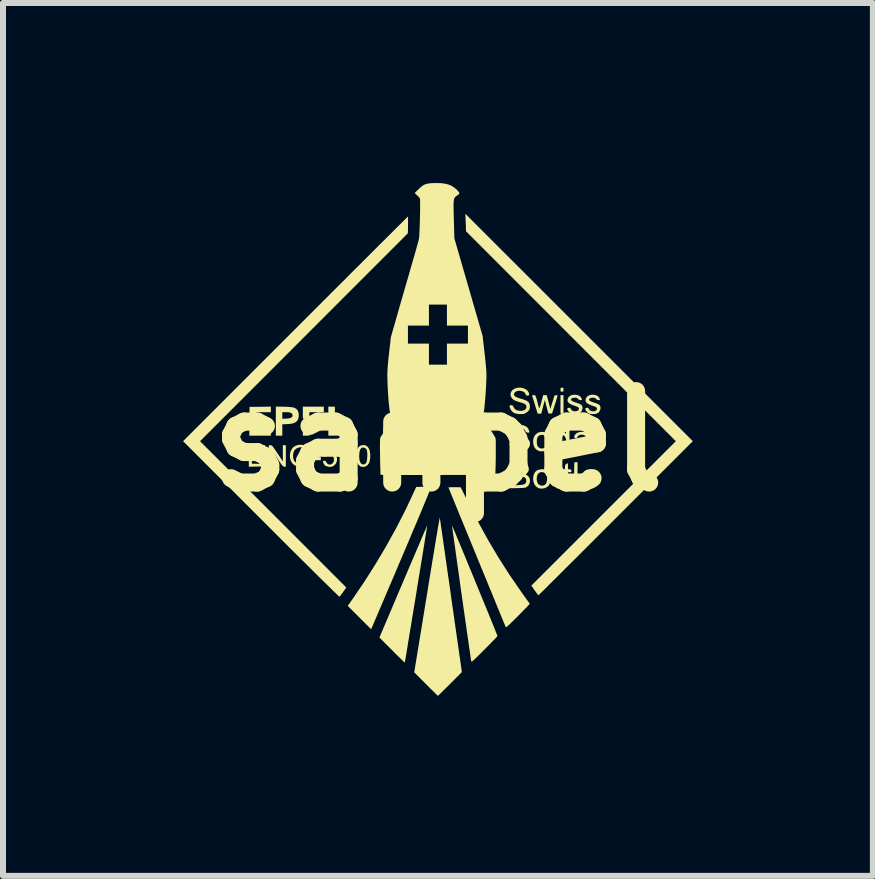
<source format=kicad_pcb>
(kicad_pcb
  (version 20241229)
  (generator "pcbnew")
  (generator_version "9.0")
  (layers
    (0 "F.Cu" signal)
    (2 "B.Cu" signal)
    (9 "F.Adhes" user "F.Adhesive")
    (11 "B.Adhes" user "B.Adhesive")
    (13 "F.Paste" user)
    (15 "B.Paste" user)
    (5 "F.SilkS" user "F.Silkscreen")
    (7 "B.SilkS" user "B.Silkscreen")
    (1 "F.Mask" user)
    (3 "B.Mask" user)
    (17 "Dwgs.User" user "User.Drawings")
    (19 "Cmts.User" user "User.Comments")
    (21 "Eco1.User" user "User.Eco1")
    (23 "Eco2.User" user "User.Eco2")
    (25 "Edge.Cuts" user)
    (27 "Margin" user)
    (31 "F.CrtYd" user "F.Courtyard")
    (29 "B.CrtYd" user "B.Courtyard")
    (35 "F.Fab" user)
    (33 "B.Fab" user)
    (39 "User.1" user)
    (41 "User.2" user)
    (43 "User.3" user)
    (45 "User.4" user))
  (footprint "sanpel"
    (layer "F.Cu")
    (at 4.247 4.301)
    (property "Reference" "sanpel" (at 0 0 0) (layer "F.SilkS") (effects (font (size 1.524 1.524) (thickness 0.3))))
    (attr board_only exclude_from_pos_files exclude_from_bom)
    (fp_poly (pts (xy -1.951 0.317) (xy -2.092 0.317) (xy -2.092 0.267) (xy -1.951 0.267)) (stroke (width 0) (type solid)) (fill yes) (layer "F.SilkS"))
    (fp_poly (pts (xy 0.233 1.388) (xy 0.229 1.392) (xy 0.225 1.388) (xy 0.229 1.384)) (stroke (width 0) (type solid)) (fill yes) (layer "F.SilkS"))
    (fp_poly (pts (xy 2.092 -0.458) (xy 2.042 -0.458) (xy 2.042 -0.767) (xy 2.092 -0.767)) (stroke (width 0) (type solid)) (fill yes) (layer "F.SilkS"))
    (fp_poly (pts (xy 2.326 0.784) (xy 2.267 0.784) (xy 2.272 0.354) (xy 2.326 0.349)) (stroke (width 0) (type solid)) (fill yes) (layer "F.SilkS"))
    (fp_poly (pts (xy -1.919 -0.331) (xy -1.921 -0.288) (xy -2.142 -0.283) (xy -2.142 -0.375) (xy -1.916 -0.375)) (stroke (width 0) (type solid)) (fill yes) (layer "F.SilkS"))
    (fp_poly (pts (xy -2.199 -0.29) (xy -2.147 -0.288) (xy -2.144 -0.19) (xy -2.142 -0.092) (xy -2.251 -0.092) (xy -2.251 -0.293)) (stroke (width 0) (type solid)) (fill yes) (layer "F.SilkS"))
    (fp_poly (pts (xy -1.901 -0.483) (xy -2.142 -0.483) (xy -2.142 -0.375) (xy -2.251 -0.375) (xy -2.251 -0.575) (xy -1.901 -0.575)) (stroke (width 0) (type solid)) (fill yes) (layer "F.SilkS"))
    (fp_poly (pts (xy -1.717 -0.183) (xy -1.475 -0.183) (xy -1.475 -0.092) (xy -1.826 -0.092) (xy -1.826 -0.575) (xy -1.717 -0.575)) (stroke (width 0) (type solid)) (fill yes) (layer "F.SilkS"))
    (fp_poly (pts (xy 2.083 -0.891) (xy 2.091 -0.884) (xy 2.092 -0.866) (xy 2.092 -0.859) (xy 2.091 -0.837) (xy 2.086 -0.828) (xy 2.073 -0.825) (xy 2.067 -0.825) (xy 2.051 -0.827) (xy 2.044 -0.834) (xy 2.042 -0.851) (xy 2.042 -0.859) (xy 2.043 -0.88) (xy 2.049 -0.889) (xy 2.062 -0.892) (xy 2.067 -0.892)) (stroke (width 0) (type solid)) (fill yes) (layer "F.SilkS"))
    (fp_poly (pts (xy -2.886 0.085) (xy -2.888 0.093) (xy -2.892 0.099) (xy -2.903 0.102) (xy -2.921 0.104) (xy -2.951 0.105) (xy -2.995 0.107) (xy -3.101 0.109) (xy -3.101 0.217) (xy -2.901 0.217) (xy -2.901 0.258) (xy -3.101 0.258) (xy -3.101 0.375) (xy -2.991 0.377) (xy -2.88 0.379) (xy -2.88 0.421) (xy -3.016 0.423) (xy -3.151 0.426) (xy -3.151 0.067) (xy -2.883 0.067)) (stroke (width 0) (type solid)) (fill yes) (layer "F.SilkS"))
    (fp_poly (pts (xy -2.784 -0.483) (xy -3.026 -0.483) (xy -3.026 -0.375) (xy -2.809 -0.375) (xy -2.809 -0.283) (xy -3.026 -0.283) (xy -3.026 -0.183) (xy -2.784 -0.183) (xy -2.784 -0.092) (xy -3.143 -0.092) (xy -3.141 -0.19) (xy -3.139 -0.288) (xy -3.086 -0.29) (xy -3.034 -0.293) (xy -3.034 -0.374) (xy -3.086 -0.377) (xy -3.139 -0.379) (xy -3.139 -0.571) (xy -2.961 -0.573) (xy -2.784 -0.576)) (stroke (width 0) (type solid)) (fill yes) (layer "F.SilkS"))
    (fp_poly (pts (xy -2.534 0.425) (xy -2.559 0.425) (xy -2.568 0.424) (xy -2.578 0.42) (xy -2.588 0.411) (xy -2.601 0.395) (xy -2.619 0.371) (xy -2.643 0.336) (xy -2.674 0.291) (xy -2.763 0.156) (xy -2.766 0.291) (xy -2.768 0.425) (xy -2.818 0.425) (xy -2.818 0.067) (xy -2.79 0.067) (xy -2.781 0.068) (xy -2.772 0.071) (xy -2.762 0.079) (xy -2.749 0.093) (xy -2.733 0.115) (xy -2.711 0.147) (xy -2.681 0.191) (xy -2.674 0.202) (xy -2.584 0.338) (xy -2.584 0.202) (xy -2.584 0.067) (xy -2.534 0.067)) (stroke (width 0) (type solid)) (fill yes) (layer "F.SilkS"))
    (fp_poly (pts (xy 4.247 -0.000007) (xy 2.963 1.284) (xy 2.841 1.406) (xy 2.722 1.525) (xy 2.607 1.64) (xy 2.496 1.751) (xy 2.389 1.858) (xy 2.288 1.959) (xy 2.192 2.054) (xy 2.103 2.143) (xy 2.021 2.225) (xy 1.946 2.299) (xy 1.879 2.366) (xy 1.821 2.424) (xy 1.772 2.473) (xy 1.732 2.512) (xy 1.702 2.541) (xy 1.683 2.56) (xy 1.675 2.567) (xy 1.675 2.568) (xy 1.668 2.561) (xy 1.654 2.544) (xy 1.635 2.518) (xy 1.613 2.487) (xy 1.556 2.407) (xy 3.964 -0.000003) (xy 2.216 -1.748) (xy 0.468 -3.497) (xy 0.463 -3.643) (xy 0.457 -3.789)) (stroke (width 0) (type solid)) (fill yes) (layer "F.SilkS"))
    (fp_poly (pts (xy -1.483 0.061) (xy -1.48 0.069) (xy -1.478 0.085) (xy -1.477 0.111) (xy -1.476 0.148) (xy -1.476 0.199) (xy -1.475 0.242) (xy -1.475 0.425) (xy -1.517 0.425) (xy -1.517 0.288) (xy -1.517 0.242) (xy -1.518 0.202) (xy -1.519 0.172) (xy -1.52 0.154) (xy -1.521 0.15) (xy -1.53 0.154) (xy -1.547 0.165) (xy -1.555 0.171) (xy -1.583 0.187) (xy -1.6 0.19) (xy -1.608 0.182) (xy -1.609 0.173) (xy -1.603 0.156) (xy -1.582 0.138) (xy -1.571 0.131) (xy -1.546 0.112) (xy -1.524 0.091) (xy -1.517 0.083) (xy -1.502 0.066) (xy -1.489 0.058) (xy -1.487 0.058)) (stroke (width 0) (type solid)) (fill yes) (layer "F.SilkS"))
    (fp_poly (pts (xy -2.561 -0.574) (xy -2.499 -0.572) (xy -2.451 -0.568) (xy -2.415 -0.563) (xy -2.387 -0.554) (xy -2.366 -0.542) (xy -2.348 -0.526) (xy -2.339 -0.515) (xy -2.326 -0.485) (xy -2.319 -0.446) (xy -2.32 -0.405) (xy -2.329 -0.369) (xy -2.33 -0.366) (xy -2.349 -0.335) (xy -2.376 -0.313) (xy -2.413 -0.297) (xy -2.462 -0.288) (xy -2.506 -0.285) (xy -2.593 -0.281) (xy -2.593 -0.092) (xy -2.701 -0.092) (xy -2.701 -0.375) (xy -2.593 -0.375) (xy -2.545 -0.375) (xy -2.511 -0.377) (xy -2.479 -0.381) (xy -2.465 -0.384) (xy -2.437 -0.397) (xy -2.422 -0.417) (xy -2.422 -0.441) (xy -2.425 -0.449) (xy -2.44 -0.466) (xy -2.463 -0.477) (xy -2.497 -0.482) (xy -2.535 -0.483) (xy -2.593 -0.483) (xy -2.593 -0.375) (xy -2.701 -0.375) (xy -2.701 -0.576)) (stroke (width 0) (type solid)) (fill yes) (layer "F.SilkS"))
    (fp_poly (pts (xy 1.78 0.471) (xy 1.798 0.478) (xy 1.808 0.485) (xy 1.845 0.518) (xy 1.868 0.556) (xy 1.876 0.585) (xy 1.879 0.626) (xy 1.874 0.671) (xy 1.862 0.711) (xy 1.85 0.735) (xy 1.82 0.763) (xy 1.781 0.782) (xy 1.737 0.791) (xy 1.693 0.787) (xy 1.671 0.78) (xy 1.635 0.756) (xy 1.609 0.721) (xy 1.592 0.677) (xy 1.587 0.641) (xy 1.646 0.641) (xy 1.653 0.68) (xy 1.67 0.712) (xy 1.676 0.719) (xy 1.705 0.737) (xy 1.74 0.742) (xy 1.773 0.733) (xy 1.779 0.729) (xy 1.801 0.707) (xy 1.814 0.673) (xy 1.819 0.626) (xy 1.819 0.594) (xy 1.81 0.562) (xy 1.79 0.537) (xy 1.762 0.521) (xy 1.73 0.514) (xy 1.699 0.52) (xy 1.677 0.534) (xy 1.658 0.562) (xy 1.647 0.6) (xy 1.646 0.641) (xy 1.587 0.641) (xy 1.586 0.629) (xy 1.591 0.579) (xy 1.605 0.538) (xy 1.628 0.504) (xy 1.659 0.482) (xy 1.702 0.471) (xy 1.725 0.468) (xy 1.758 0.468)) (stroke (width 0) (type solid)) (fill yes) (layer "F.SilkS"))
    (fp_poly (pts (xy -1.195 0.075) (xy -1.165 0.101) (xy -1.143 0.139) (xy -1.133 0.173) (xy -1.128 0.218) (xy -1.128 0.267) (xy -1.133 0.314) (xy -1.143 0.353) (xy -1.148 0.365) (xy -1.173 0.399) (xy -1.205 0.421) (xy -1.242 0.43) (xy -1.281 0.424) (xy -1.292 0.419) (xy -1.323 0.394) (xy -1.345 0.357) (xy -1.357 0.306) (xy -1.36 0.257) (xy -1.36 0.252) (xy -1.312 0.252) (xy -1.309 0.301) (xy -1.299 0.341) (xy -1.284 0.369) (xy -1.279 0.374) (xy -1.252 0.388) (xy -1.225 0.385) (xy -1.2 0.367) (xy -1.199 0.366) (xy -1.189 0.346) (xy -1.182 0.314) (xy -1.178 0.274) (xy -1.176 0.231) (xy -1.178 0.19) (xy -1.183 0.156) (xy -1.188 0.141) (xy -1.202 0.123) (xy -1.225 0.11) (xy -1.25 0.105) (xy -1.26 0.107) (xy -1.281 0.119) (xy -1.294 0.136) (xy -1.303 0.163) (xy -1.309 0.196) (xy -1.312 0.252) (xy -1.36 0.252) (xy -1.357 0.193) (xy -1.347 0.144) (xy -1.33 0.107) (xy -1.304 0.082) (xy -1.272 0.068) (xy -1.231 0.064)) (stroke (width 0) (type solid)) (fill yes) (layer "F.SilkS"))
    (fp_poly (pts (xy -0.179 1.411) (xy -0.183 1.435) (xy -0.189 1.473) (xy -0.197 1.523) (xy -0.207 1.586) (xy -0.219 1.66) (xy -0.232 1.743) (xy -0.247 1.834) (xy -0.263 1.933) (xy -0.28 2.038) (xy -0.298 2.148) (xy -0.317 2.262) (xy -0.336 2.378) (xy -0.355 2.497) (xy -0.374 2.616) (xy -0.394 2.734) (xy -0.413 2.85) (xy -0.432 2.963) (xy -0.449 3.073) (xy -0.467 3.177) (xy -0.483 3.274) (xy -0.498 3.364) (xy -0.511 3.446) (xy -0.523 3.518) (xy -0.533 3.578) (xy -0.541 3.627) (xy -0.547 3.663) (xy -0.551 3.684) (xy -0.552 3.689) (xy -0.559 3.684) (xy -0.575 3.669) (xy -0.601 3.644) (xy -0.635 3.611) (xy -0.675 3.572) (xy -0.72 3.528) (xy -0.765 3.482) (xy -0.975 3.272) (xy -0.578 2.337) (xy -0.527 2.218) (xy -0.479 2.104) (xy -0.432 1.995) (xy -0.388 1.893) (xy -0.348 1.798) (xy -0.31 1.71) (xy -0.277 1.632) (xy -0.248 1.564) (xy -0.223 1.506) (xy -0.203 1.46) (xy -0.189 1.427) (xy -0.18 1.408) (xy -0.178 1.403)) (stroke (width 0) (type solid)) (fill yes) (layer "F.SilkS"))
    (fp_poly (pts (xy -0.161 0.761) (xy -0.133 0.762) (xy -0.117 0.765) (xy -0.115 0.766) (xy -0.117 0.774) (xy -0.126 0.797) (xy -0.14 0.834) (xy -0.161 0.885) (xy -0.187 0.948) (xy -0.218 1.023) (xy -0.254 1.11) (xy -0.294 1.207) (xy -0.339 1.315) (xy -0.389 1.432) (xy -0.442 1.557) (xy -0.498 1.691) (xy -0.558 1.832) (xy -0.609 1.952) (xy -0.666 2.085) (xy -0.72 2.214) (xy -0.773 2.338) (xy -0.824 2.456) (xy -0.871 2.567) (xy -0.915 2.671) (xy -0.956 2.766) (xy -0.993 2.853) (xy -1.025 2.929) (xy -1.053 2.994) (xy -1.076 3.048) (xy -1.094 3.089) (xy -1.106 3.117) (xy -1.111 3.131) (xy -1.112 3.132) (xy -1.118 3.127) (xy -1.134 3.111) (xy -1.16 3.086) (xy -1.193 3.054) (xy -1.232 3.015) (xy -1.276 2.971) (xy -1.308 2.939) (xy -1.503 2.744) (xy -1.407 2.608) (xy -1.215 2.325) (xy -1.031 2.034) (xy -0.856 1.738) (xy -0.691 1.44) (xy -0.539 1.143) (xy -0.415 0.879) (xy -0.362 0.763) (xy -0.242 0.76) (xy -0.199 0.76)) (stroke (width 0) (type solid)) (fill yes) (layer "F.SilkS"))
    (fp_poly (pts (xy 0.033 1.28) (xy 0.034 1.289) (xy 0.037 1.313) (xy 0.043 1.353) (xy 0.05 1.406) (xy 0.06 1.472) (xy 0.071 1.55) (xy 0.084 1.64) (xy 0.098 1.739) (xy 0.114 1.848) (xy 0.13 1.965) (xy 0.148 2.09) (xy 0.167 2.222) (xy 0.187 2.359) (xy 0.207 2.501) (xy 0.216 2.568) (xy 0.399 3.847) (xy 0.202 4.045) (xy 0.155 4.092) (xy 0.111 4.135) (xy 0.073 4.173) (xy 0.042 4.204) (xy 0.018 4.227) (xy 0.004 4.24) (xy -0.000001 4.243) (xy -0.007 4.237) (xy -0.024 4.221) (xy -0.05 4.196) (xy -0.083 4.163) (xy -0.123 4.124) (xy -0.167 4.08) (xy -0.199 4.048) (xy -0.395 3.852) (xy -0.188 2.587) (xy -0.16 2.411) (xy -0.134 2.251) (xy -0.11 2.106) (xy -0.089 1.976) (xy -0.069 1.859) (xy -0.052 1.756) (xy -0.037 1.664) (xy -0.024 1.585) (xy -0.012 1.516) (xy -0.003 1.457) (xy 0.006 1.409) (xy 0.013 1.369) (xy 0.019 1.337) (xy 0.023 1.313) (xy 0.027 1.295) (xy 0.029 1.284) (xy 0.031 1.278) (xy 0.032 1.278)) (stroke (width 0) (type solid)) (fill yes) (layer "F.SilkS"))
    (fp_poly (pts (xy 1.772 -0.151) (xy 1.813 -0.133) (xy 1.847 -0.102) (xy 1.86 -0.081) (xy 1.871 -0.048) (xy 1.877 -0.007) (xy 1.877 0.036) (xy 1.872 0.073) (xy 1.869 0.083) (xy 1.855 0.107) (xy 1.833 0.131) (xy 1.81 0.151) (xy 1.796 0.158) (xy 1.758 0.168) (xy 1.718 0.17) (xy 1.695 0.167) (xy 1.651 0.149) (xy 1.618 0.118) (xy 1.596 0.075) (xy 1.587 0.031) (xy 1.587 0.008) (xy 1.647 0.008) (xy 1.65 0.051) (xy 1.659 0.081) (xy 1.675 0.101) (xy 1.695 0.113) (xy 1.721 0.122) (xy 1.741 0.123) (xy 1.764 0.115) (xy 1.771 0.112) (xy 1.797 0.092) (xy 1.813 0.062) (xy 1.819 0.02) (xy 1.819 0.008) (xy 1.815 -0.037) (xy 1.801 -0.071) (xy 1.778 -0.093) (xy 1.776 -0.094) (xy 1.744 -0.107) (xy 1.713 -0.104) (xy 1.692 -0.096) (xy 1.67 -0.08) (xy 1.656 -0.057) (xy 1.649 -0.025) (xy 1.647 0.008) (xy 1.587 0.008) (xy 1.587 -0.025) (xy 1.601 -0.073) (xy 1.627 -0.112) (xy 1.665 -0.14) (xy 1.68 -0.146) (xy 1.727 -0.156)) (stroke (width 0) (type solid)) (fill yes) (layer "F.SilkS"))
    (fp_poly (pts (xy 2.192 0.167) (xy 2.167 0.167) (xy 2.149 0.164) (xy 2.143 0.154) (xy 2.142 0.15) (xy 2.142 0.139) (xy 2.137 0.138) (xy 2.123 0.147) (xy 2.119 0.149) (xy 2.083 0.166) (xy 2.045 0.171) (xy 2.025 0.167) (xy 1.983 0.146) (xy 1.951 0.113) (xy 1.93 0.071) (xy 1.921 0.02) (xy 1.924 -0.014) (xy 1.979 -0.014) (xy 1.98 0.028) (xy 1.98 0.032) (xy 1.986 0.064) (xy 1.993 0.084) (xy 2.003 0.097) (xy 2.019 0.109) (xy 2.02 0.109) (xy 2.053 0.121) (xy 2.086 0.118) (xy 2.111 0.103) (xy 2.128 0.077) (xy 2.138 0.041) (xy 2.14 0.001) (xy 2.133 -0.038) (xy 2.119 -0.071) (xy 2.109 -0.085) (xy 2.081 -0.104) (xy 2.053 -0.108) (xy 2.027 -0.099) (xy 2.005 -0.079) (xy 1.988 -0.05) (xy 1.979 -0.014) (xy 1.924 -0.014) (xy 1.925 -0.036) (xy 1.926 -0.04) (xy 1.942 -0.085) (xy 1.968 -0.12) (xy 2.001 -0.144) (xy 2.039 -0.155) (xy 2.079 -0.152) (xy 2.101 -0.144) (xy 2.134 -0.127) (xy 2.134 -0.267) (xy 2.192 -0.267)) (stroke (width 0) (type solid)) (fill yes) (layer "F.SilkS"))
    (fp_poly (pts (xy 1.999 0.374) (xy 2 0.394) (xy 2.001 0.416) (xy 2.001 0.466) (xy 2.028 0.468) (xy 2.047 0.473) (xy 2.056 0.484) (xy 2.057 0.494) (xy 2.058 0.509) (xy 2.05 0.516) (xy 2.031 0.517) (xy 2.03 0.517) (xy 2.001 0.517) (xy 2.001 0.594) (xy 2.001 0.632) (xy 2.003 0.668) (xy 2.005 0.696) (xy 2.006 0.702) (xy 2.011 0.723) (xy 2.02 0.732) (xy 2.034 0.734) (xy 2.052 0.737) (xy 2.06 0.751) (xy 2.061 0.756) (xy 2.064 0.773) (xy 2.065 0.781) (xy 2.053 0.784) (xy 2.033 0.786) (xy 2.011 0.787) (xy 1.994 0.786) (xy 1.978 0.781) (xy 1.967 0.77) (xy 1.959 0.753) (xy 1.954 0.725) (xy 1.951 0.686) (xy 1.951 0.632) (xy 1.951 0.517) (xy 1.93 0.517) (xy 1.915 0.514) (xy 1.909 0.503) (xy 1.909 0.492) (xy 1.911 0.474) (xy 1.921 0.467) (xy 1.93 0.467) (xy 1.943 0.465) (xy 1.949 0.457) (xy 1.951 0.439) (xy 1.951 0.43) (xy 1.953 0.405) (xy 1.96 0.389) (xy 1.971 0.38) (xy 1.987 0.371) (xy 1.996 0.367)) (stroke (width 0) (type solid)) (fill yes) (layer "F.SilkS"))
    (fp_poly (pts (xy 2.165 0.374) (xy 2.167 0.394) (xy 2.167 0.416) (xy 2.167 0.466) (xy 2.194 0.468) (xy 2.214 0.473) (xy 2.222 0.484) (xy 2.224 0.494) (xy 2.224 0.509) (xy 2.217 0.516) (xy 2.198 0.517) (xy 2.197 0.517) (xy 2.167 0.517) (xy 2.167 0.594) (xy 2.168 0.632) (xy 2.17 0.668) (xy 2.172 0.696) (xy 2.173 0.702) (xy 2.178 0.723) (xy 2.186 0.732) (xy 2.201 0.734) (xy 2.219 0.737) (xy 2.227 0.751) (xy 2.228 0.756) (xy 2.231 0.773) (xy 2.231 0.781) (xy 2.22 0.784) (xy 2.199 0.786) (xy 2.177 0.787) (xy 2.161 0.786) (xy 2.145 0.781) (xy 2.133 0.77) (xy 2.125 0.753) (xy 2.12 0.725) (xy 2.118 0.686) (xy 2.117 0.632) (xy 2.117 0.517) (xy 2.097 0.517) (xy 2.082 0.514) (xy 2.076 0.503) (xy 2.076 0.492) (xy 2.078 0.474) (xy 2.087 0.467) (xy 2.097 0.467) (xy 2.11 0.465) (xy 2.116 0.457) (xy 2.117 0.439) (xy 2.117 0.43) (xy 2.119 0.405) (xy 2.127 0.389) (xy 2.138 0.38) (xy 2.154 0.371) (xy 2.163 0.367)) (stroke (width 0) (type solid)) (fill yes) (layer "F.SilkS"))
    (fp_poly (pts (xy -0.499 -3.735) (xy -0.498 -3.713) (xy -0.498 -3.68) (xy -0.498 -3.639) (xy -0.498 -3.603) (xy -0.501 -3.464) (xy -2.232 -1.732) (xy -3.964 -0.000003) (xy -2.745 1.219) (xy -1.527 2.438) (xy -1.579 2.512) (xy -1.602 2.543) (xy -1.621 2.569) (xy -1.634 2.587) (xy -1.639 2.593) (xy -1.646 2.588) (xy -1.664 2.572) (xy -1.693 2.544) (xy -1.732 2.506) (xy -1.781 2.459) (xy -1.839 2.401) (xy -1.907 2.335) (xy -1.983 2.26) (xy -2.067 2.177) (xy -2.158 2.086) (xy -2.257 1.988) (xy -2.363 1.883) (xy -2.475 1.772) (xy -2.592 1.655) (xy -2.715 1.532) (xy -2.843 1.404) (xy -2.947 1.3) (xy -4.247 -0.000003) (xy -2.376 -1.871) (xy -2.228 -2.019) (xy -2.083 -2.164) (xy -1.942 -2.305) (xy -1.805 -2.442) (xy -1.672 -2.575) (xy -1.543 -2.703) (xy -1.421 -2.826) (xy -1.303 -2.943) (xy -1.192 -3.054) (xy -1.088 -3.158) (xy -0.99 -3.256) (xy -0.9 -3.345) (xy -0.818 -3.427) (xy -0.745 -3.5) (xy -0.68 -3.565) (xy -0.624 -3.62) (xy -0.578 -3.666) (xy -0.543 -3.701) (xy -0.517 -3.726) (xy -0.503 -3.74) (xy -0.5 -3.743)) (stroke (width 0) (type solid)) (fill yes) (layer "F.SilkS"))
    (fp_poly (pts (xy 1.873 -0.538) (xy 1.9 -0.625) (xy 1.912 -0.664) (xy 1.923 -0.7) (xy 1.931 -0.727) (xy 1.935 -0.74) (xy 1.944 -0.759) (xy 1.957 -0.766) (xy 1.968 -0.767) (xy 1.986 -0.764) (xy 1.992 -0.756) (xy 1.99 -0.745) (xy 1.983 -0.721) (xy 1.973 -0.687) (xy 1.96 -0.645) (xy 1.947 -0.604) (xy 1.902 -0.463) (xy 1.872 -0.46) (xy 1.849 -0.461) (xy 1.838 -0.468) (xy 1.835 -0.48) (xy 1.828 -0.505) (xy 1.819 -0.539) (xy 1.809 -0.578) (xy 1.808 -0.583) (xy 1.781 -0.687) (xy 1.751 -0.573) (xy 1.722 -0.458) (xy 1.662 -0.458) (xy 1.618 -0.6) (xy 1.604 -0.647) (xy 1.591 -0.689) (xy 1.581 -0.722) (xy 1.573 -0.745) (xy 1.57 -0.754) (xy 1.571 -0.763) (xy 1.583 -0.767) (xy 1.595 -0.767) (xy 1.606 -0.767) (xy 1.615 -0.765) (xy 1.622 -0.76) (xy 1.629 -0.748) (xy 1.636 -0.729) (xy 1.645 -0.7) (xy 1.656 -0.658) (xy 1.667 -0.614) (xy 1.676 -0.583) (xy 1.684 -0.56) (xy 1.69 -0.548) (xy 1.692 -0.548) (xy 1.696 -0.558) (xy 1.704 -0.581) (xy 1.713 -0.614) (xy 1.724 -0.653) (xy 1.726 -0.661) (xy 1.754 -0.767) (xy 1.813 -0.767)) (stroke (width 0) (type solid)) (fill yes) (layer "F.SilkS"))
    (fp_poly (pts (xy -2.223 0.071) (xy -2.185 0.091) (xy -2.158 0.122) (xy -2.155 0.127) (xy -2.145 0.148) (xy -2.144 0.159) (xy -2.15 0.166) (xy -2.151 0.167) (xy -2.172 0.175) (xy -2.189 0.166) (xy -2.198 0.15) (xy -2.215 0.128) (xy -2.242 0.11) (xy -2.275 0.101) (xy -2.288 0.1) (xy -2.326 0.107) (xy -2.362 0.125) (xy -2.39 0.151) (xy -2.394 0.157) (xy -2.408 0.192) (xy -2.414 0.235) (xy -2.412 0.278) (xy -2.401 0.316) (xy -2.397 0.324) (xy -2.369 0.356) (xy -2.332 0.376) (xy -2.289 0.382) (xy -2.243 0.376) (xy -2.219 0.367) (xy -2.198 0.356) (xy -2.187 0.345) (xy -2.184 0.328) (xy -2.184 0.317) (xy -2.184 0.283) (xy -2.238 0.283) (xy -2.267 0.283) (xy -2.284 0.281) (xy -2.291 0.276) (xy -2.292 0.266) (xy -2.292 0.263) (xy -2.292 0.253) (xy -2.288 0.247) (xy -2.278 0.244) (xy -2.259 0.242) (xy -2.227 0.242) (xy -2.213 0.242) (xy -2.133 0.242) (xy -2.136 0.311) (xy -2.138 0.379) (xy -2.184 0.402) (xy -2.243 0.424) (xy -2.297 0.43) (xy -2.326 0.426) (xy -2.378 0.407) (xy -2.419 0.377) (xy -2.448 0.335) (xy -2.464 0.283) (xy -2.467 0.242) (xy -2.462 0.197) (xy -2.447 0.153) (xy -2.424 0.116) (xy -2.403 0.095) (xy -2.36 0.072) (xy -2.314 0.06) (xy -2.267 0.06)) (stroke (width 0) (type solid)) (fill yes) (layer "F.SilkS"))
    (fp_poly (pts (xy 0.277 0.767) (xy 0.379 0.768) (xy 0.535 1.082) (xy 0.689 1.381) (xy 0.847 1.667) (xy 1.013 1.946) (xy 1.189 2.221) (xy 1.378 2.496) (xy 1.417 2.551) (xy 1.448 2.595) (xy 1.477 2.635) (xy 1.501 2.668) (xy 1.518 2.693) (xy 1.528 2.707) (xy 1.53 2.709) (xy 1.525 2.716) (xy 1.509 2.733) (xy 1.485 2.76) (xy 1.452 2.793) (xy 1.413 2.833) (xy 1.369 2.878) (xy 1.334 2.914) (xy 1.28 2.967) (xy 1.237 3.01) (xy 1.203 3.043) (xy 1.177 3.067) (xy 1.158 3.084) (xy 1.145 3.094) (xy 1.137 3.099) (xy 1.131 3.099) (xy 1.128 3.095) (xy 1.127 3.092) (xy 1.123 3.082) (xy 1.113 3.058) (xy 1.097 3.02) (xy 1.076 2.969) (xy 1.05 2.906) (xy 1.02 2.832) (xy 0.985 2.747) (xy 0.947 2.654) (xy 0.905 2.551) (xy 0.86 2.442) (xy 0.812 2.325) (xy 0.762 2.203) (xy 0.709 2.075) (xy 0.655 1.944) (xy 0.647 1.923) (xy 0.593 1.791) (xy 0.54 1.663) (xy 0.49 1.541) (xy 0.442 1.424) (xy 0.397 1.314) (xy 0.355 1.212) (xy 0.317 1.118) (xy 0.282 1.034) (xy 0.252 0.959) (xy 0.226 0.896) (xy 0.205 0.845) (xy 0.19 0.806) (xy 0.179 0.781) (xy 0.175 0.771) (xy 0.175 0.77) (xy 0.183 0.769) (xy 0.204 0.768) (xy 0.236 0.767) (xy 0.274 0.767)) (stroke (width 0) (type solid)) (fill yes) (layer "F.SilkS"))
    (fp_poly (pts (xy 1.307 0.35) (xy 1.37 0.353) (xy 1.419 0.359) (xy 1.456 0.37) (xy 1.482 0.387) (xy 1.5 0.41) (xy 1.51 0.434) (xy 1.515 0.473) (xy 1.505 0.508) (xy 1.483 0.534) (xy 1.468 0.549) (xy 1.465 0.557) (xy 1.471 0.561) (xy 1.475 0.563) (xy 1.491 0.572) (xy 1.509 0.589) (xy 1.513 0.593) (xy 1.53 0.626) (xy 1.534 0.663) (xy 1.527 0.702) (xy 1.508 0.737) (xy 1.478 0.764) (xy 1.466 0.771) (xy 1.45 0.775) (xy 1.426 0.778) (xy 1.392 0.78) (xy 1.345 0.782) (xy 1.332 0.782) (xy 1.209 0.785) (xy 1.209 0.581) (xy 1.267 0.581) (xy 1.267 0.736) (xy 1.344 0.732) (xy 1.381 0.729) (xy 1.413 0.725) (xy 1.435 0.72) (xy 1.44 0.718) (xy 1.464 0.697) (xy 1.473 0.667) (xy 1.472 0.645) (xy 1.464 0.623) (xy 1.451 0.607) (xy 1.427 0.597) (xy 1.393 0.59) (xy 1.347 0.586) (xy 1.267 0.581) (xy 1.209 0.581) (xy 1.209 0.534) (xy 1.267 0.534) (xy 1.323 0.533) (xy 1.358 0.532) (xy 1.391 0.529) (xy 1.411 0.525) (xy 1.439 0.51) (xy 1.454 0.486) (xy 1.454 0.455) (xy 1.454 0.454) (xy 1.445 0.434) (xy 1.429 0.42) (xy 1.404 0.412) (xy 1.365 0.409) (xy 1.34 0.408) (xy 1.267 0.408) (xy 1.267 0.534) (xy 1.209 0.534) (xy 1.209 0.35)) (stroke (width 0) (type solid)) (fill yes) (layer "F.SilkS"))
    (fp_poly (pts (xy 2.561 0.469) (xy 2.586 0.473) (xy 2.595 0.476) (xy 2.634 0.505) (xy 2.662 0.545) (xy 2.675 0.591) (xy 2.676 0.61) (xy 2.676 0.642) (xy 2.563 0.642) (xy 2.518 0.642) (xy 2.487 0.643) (xy 2.467 0.644) (xy 2.456 0.647) (xy 2.452 0.652) (xy 2.451 0.658) (xy 2.451 0.659) (xy 2.458 0.692) (xy 2.479 0.719) (xy 2.509 0.737) (xy 2.537 0.742) (xy 2.561 0.739) (xy 2.58 0.729) (xy 2.597 0.713) (xy 2.621 0.692) (xy 2.644 0.684) (xy 2.651 0.684) (xy 2.669 0.685) (xy 2.673 0.692) (xy 2.671 0.702) (xy 2.651 0.739) (xy 2.62 0.767) (xy 2.581 0.785) (xy 2.537 0.791) (xy 2.491 0.784) (xy 2.471 0.776) (xy 2.433 0.75) (xy 2.407 0.713) (xy 2.393 0.667) (xy 2.391 0.612) (xy 2.393 0.59) (xy 2.396 0.582) (xy 2.453 0.582) (xy 2.455 0.587) (xy 2.465 0.59) (xy 2.483 0.591) (xy 2.515 0.592) (xy 2.534 0.592) (xy 2.57 0.591) (xy 2.598 0.589) (xy 2.614 0.586) (xy 2.618 0.584) (xy 2.611 0.56) (xy 2.593 0.536) (xy 2.571 0.521) (xy 2.536 0.513) (xy 2.503 0.519) (xy 2.475 0.539) (xy 2.457 0.57) (xy 2.455 0.573) (xy 2.453 0.582) (xy 2.396 0.582) (xy 2.408 0.541) (xy 2.434 0.504) (xy 2.471 0.479) (xy 2.516 0.468) (xy 2.532 0.467)) (stroke (width 0) (type solid)) (fill yes) (layer "F.SilkS"))
    (fp_poly (pts (xy 2.3 -0.773) (xy 2.337 -0.765) (xy 2.367 -0.748) (xy 2.388 -0.723) (xy 2.389 -0.72) (xy 2.398 -0.698) (xy 2.399 -0.687) (xy 2.39 -0.684) (xy 2.375 -0.684) (xy 2.348 -0.691) (xy 2.332 -0.705) (xy 2.32 -0.718) (xy 2.305 -0.723) (xy 2.282 -0.724) (xy 2.274 -0.724) (xy 2.242 -0.719) (xy 2.225 -0.709) (xy 2.222 -0.706) (xy 2.217 -0.691) (xy 2.224 -0.677) (xy 2.244 -0.664) (xy 2.277 -0.65) (xy 2.305 -0.641) (xy 2.346 -0.627) (xy 2.376 -0.613) (xy 2.394 -0.601) (xy 2.395 -0.6) (xy 2.408 -0.571) (xy 2.408 -0.539) (xy 2.397 -0.506) (xy 2.377 -0.478) (xy 2.354 -0.463) (xy 2.324 -0.454) (xy 2.286 -0.451) (xy 2.248 -0.453) (xy 2.218 -0.46) (xy 2.216 -0.461) (xy 2.188 -0.48) (xy 2.166 -0.509) (xy 2.156 -0.53) (xy 2.155 -0.545) (xy 2.168 -0.553) (xy 2.169 -0.553) (xy 2.191 -0.558) (xy 2.204 -0.554) (xy 2.214 -0.538) (xy 2.216 -0.534) (xy 2.234 -0.511) (xy 2.263 -0.499) (xy 2.298 -0.498) (xy 2.316 -0.503) (xy 2.338 -0.513) (xy 2.348 -0.527) (xy 2.349 -0.534) (xy 2.349 -0.548) (xy 2.344 -0.559) (xy 2.331 -0.569) (xy 2.308 -0.579) (xy 2.272 -0.592) (xy 2.261 -0.596) (xy 2.212 -0.615) (xy 2.18 -0.637) (xy 2.162 -0.661) (xy 2.159 -0.69) (xy 2.171 -0.724) (xy 2.172 -0.726) (xy 2.193 -0.75) (xy 2.224 -0.766) (xy 2.261 -0.774)) (stroke (width 0) (type solid)) (fill yes) (layer "F.SilkS"))
    (fp_poly (pts (xy 2.6 -0.773) (xy 2.637 -0.765) (xy 2.668 -0.748) (xy 2.688 -0.723) (xy 2.689 -0.72) (xy 2.698 -0.698) (xy 2.699 -0.687) (xy 2.69 -0.684) (xy 2.675 -0.684) (xy 2.648 -0.691) (xy 2.632 -0.705) (xy 2.62 -0.718) (xy 2.605 -0.723) (xy 2.582 -0.724) (xy 2.574 -0.724) (xy 2.542 -0.719) (xy 2.525 -0.709) (xy 2.523 -0.706) (xy 2.518 -0.691) (xy 2.524 -0.677) (xy 2.544 -0.664) (xy 2.578 -0.65) (xy 2.606 -0.641) (xy 2.646 -0.627) (xy 2.676 -0.613) (xy 2.694 -0.601) (xy 2.695 -0.6) (xy 2.708 -0.571) (xy 2.708 -0.539) (xy 2.697 -0.506) (xy 2.677 -0.478) (xy 2.654 -0.463) (xy 2.624 -0.454) (xy 2.586 -0.451) (xy 2.548 -0.453) (xy 2.518 -0.46) (xy 2.516 -0.461) (xy 2.488 -0.48) (xy 2.466 -0.509) (xy 2.456 -0.53) (xy 2.455 -0.545) (xy 2.468 -0.553) (xy 2.469 -0.553) (xy 2.492 -0.558) (xy 2.504 -0.554) (xy 2.514 -0.538) (xy 2.516 -0.534) (xy 2.535 -0.511) (xy 2.563 -0.499) (xy 2.598 -0.498) (xy 2.616 -0.503) (xy 2.638 -0.513) (xy 2.648 -0.527) (xy 2.649 -0.534) (xy 2.649 -0.548) (xy 2.644 -0.559) (xy 2.631 -0.569) (xy 2.608 -0.579) (xy 2.572 -0.592) (xy 2.561 -0.596) (xy 2.513 -0.615) (xy 2.48 -0.637) (xy 2.462 -0.661) (xy 2.459 -0.69) (xy 2.471 -0.724) (xy 2.472 -0.726) (xy 2.493 -0.75) (xy 2.524 -0.766) (xy 2.561 -0.774)) (stroke (width 0) (type solid)) (fill yes) (layer "F.SilkS"))
    (fp_poly (pts (xy 0.239 1.414) (xy 0.248 1.435) (xy 0.262 1.469) (xy 0.282 1.515) (xy 0.306 1.572) (xy 0.333 1.639) (xy 0.365 1.714) (xy 0.399 1.796) (xy 0.436 1.885) (xy 0.475 1.979) (xy 0.515 2.077) (xy 0.557 2.178) (xy 0.599 2.28) (xy 0.641 2.383) (xy 0.683 2.485) (xy 0.724 2.586) (xy 0.764 2.683) (xy 0.803 2.777) (xy 0.839 2.865) (xy 0.872 2.947) (xy 0.903 3.022) (xy 0.929 3.087) (xy 0.952 3.144) (xy 0.97 3.189) (xy 0.983 3.222) (xy 0.99 3.241) (xy 0.992 3.247) (xy 0.986 3.255) (xy 0.97 3.273) (xy 0.945 3.3) (xy 0.911 3.334) (xy 0.871 3.375) (xy 0.826 3.421) (xy 0.777 3.47) (xy 0.776 3.471) (xy 0.719 3.528) (xy 0.674 3.573) (xy 0.637 3.609) (xy 0.609 3.635) (xy 0.589 3.654) (xy 0.574 3.666) (xy 0.564 3.672) (xy 0.559 3.673) (xy 0.556 3.67) (xy 0.555 3.667) (xy 0.553 3.655) (xy 0.549 3.627) (xy 0.542 3.586) (xy 0.535 3.532) (xy 0.525 3.466) (xy 0.514 3.39) (xy 0.502 3.304) (xy 0.488 3.21) (xy 0.474 3.11) (xy 0.459 3.003) (xy 0.443 2.892) (xy 0.426 2.777) (xy 0.41 2.66) (xy 0.393 2.542) (xy 0.376 2.424) (xy 0.36 2.306) (xy 0.344 2.191) (xy 0.328 2.08) (xy 0.313 1.973) (xy 0.299 1.872) (xy 0.286 1.778) (xy 0.274 1.692) (xy 0.263 1.615) (xy 0.254 1.548) (xy 0.246 1.493) (xy 0.24 1.451) (xy 0.237 1.422) (xy 0.235 1.409) (xy 0.235 1.408)) (stroke (width 0) (type solid)) (fill yes) (layer "F.SilkS"))
    (fp_poly (pts (xy -1.694 0.09) (xy -1.696 0.101) (xy -1.7 0.107) (xy -1.711 0.111) (xy -1.731 0.113) (xy -1.765 0.115) (xy -1.769 0.115) (xy -1.809 0.117) (xy -1.833 0.121) (xy -1.842 0.127) (xy -1.842 0.127) (xy -1.844 0.142) (xy -1.847 0.164) (xy -1.847 0.168) (xy -1.852 0.198) (xy -1.82 0.19) (xy -1.78 0.185) (xy -1.746 0.194) (xy -1.718 0.213) (xy -1.694 0.244) (xy -1.682 0.282) (xy -1.682 0.324) (xy -1.696 0.365) (xy -1.704 0.379) (xy -1.733 0.409) (xy -1.77 0.426) (xy -1.812 0.429) (xy -1.846 0.421) (xy -1.867 0.413) (xy -1.88 0.409) (xy -1.881 0.409) (xy -1.886 0.402) (xy -1.896 0.386) (xy -1.9 0.38) (xy -1.914 0.352) (xy -1.916 0.335) (xy -1.905 0.326) (xy -1.894 0.325) (xy -1.876 0.33) (xy -1.862 0.345) (xy -1.859 0.352) (xy -1.839 0.378) (xy -1.812 0.39) (xy -1.781 0.386) (xy -1.778 0.385) (xy -1.751 0.366) (xy -1.736 0.337) (xy -1.732 0.309) (xy -1.737 0.274) (xy -1.751 0.25) (xy -1.778 0.234) (xy -1.784 0.232) (xy -1.807 0.227) (xy -1.823 0.229) (xy -1.84 0.239) (xy -1.842 0.24) (xy -1.864 0.252) (xy -1.885 0.258) (xy -1.902 0.257) (xy -1.909 0.249) (xy -1.909 0.248) (xy -1.907 0.236) (xy -1.904 0.211) (xy -1.898 0.18) (xy -1.892 0.146) (xy -1.886 0.115) (xy -1.881 0.09) (xy -1.88 0.085) (xy -1.877 0.077) (xy -1.871 0.072) (xy -1.86 0.069) (xy -1.839 0.067) (xy -1.807 0.067) (xy -1.783 0.067) (xy -1.691 0.067)) (stroke (width 0) (type solid)) (fill yes) (layer "F.SilkS"))
    (fp_poly (pts (xy 2.44 -0.154) (xy 2.477 -0.143) (xy 2.504 -0.125) (xy 2.507 -0.121) (xy 2.514 -0.11) (xy 2.519 -0.095) (xy 2.523 -0.072) (xy 2.526 -0.038) (xy 2.528 0.008) (xy 2.528 0.014) (xy 2.531 0.058) (xy 2.533 0.097) (xy 2.536 0.127) (xy 2.538 0.146) (xy 2.539 0.148) (xy 2.541 0.161) (xy 2.534 0.166) (xy 2.515 0.167) (xy 2.494 0.164) (xy 2.483 0.155) (xy 2.482 0.15) (xy 2.477 0.132) (xy 2.445 0.149) (xy 2.394 0.167) (xy 2.344 0.17) (xy 2.326 0.167) (xy 2.292 0.151) (xy 2.269 0.125) (xy 2.258 0.092) (xy 2.259 0.079) (xy 2.317 0.079) (xy 2.323 0.104) (xy 2.342 0.119) (xy 2.373 0.124) (xy 2.387 0.123) (xy 2.418 0.117) (xy 2.439 0.106) (xy 2.448 0.096) (xy 2.464 0.066) (xy 2.467 0.041) (xy 2.466 0.021) (xy 2.461 0.012) (xy 2.46 0.012) (xy 2.448 0.016) (xy 2.425 0.022) (xy 2.403 0.026) (xy 2.36 0.036) (xy 2.333 0.05) (xy 2.319 0.067) (xy 2.317 0.079) (xy 2.259 0.079) (xy 2.26 0.057) (xy 2.273 0.028) (xy 2.29 0.013) (xy 2.316 -0.002) (xy 2.345 -0.013) (xy 2.367 -0.017) (xy 2.385 -0.018) (xy 2.411 -0.023) (xy 2.425 -0.026) (xy 2.45 -0.032) (xy 2.463 -0.039) (xy 2.467 -0.049) (xy 2.467 -0.059) (xy 2.46 -0.083) (xy 2.439 -0.1) (xy 2.407 -0.108) (xy 2.398 -0.108) (xy 2.361 -0.104) (xy 2.337 -0.089) (xy 2.326 -0.07) (xy 2.312 -0.054) (xy 2.292 -0.051) (xy 2.276 -0.058) (xy 2.27 -0.07) (xy 2.274 -0.089) (xy 2.287 -0.11) (xy 2.304 -0.129) (xy 2.318 -0.138) (xy 2.356 -0.151) (xy 2.398 -0.156)) (stroke (width 0) (type solid)) (fill yes) (layer "F.SilkS"))
    (fp_poly (pts (xy 1.415 -0.886) (xy 1.455 -0.87) (xy 1.488 -0.847) (xy 1.51 -0.817) (xy 1.519 -0.788) (xy 1.519 -0.77) (xy 1.511 -0.763) (xy 1.495 -0.76) (xy 1.475 -0.76) (xy 1.466 -0.769) (xy 1.462 -0.779) (xy 1.449 -0.805) (xy 1.425 -0.824) (xy 1.396 -0.835) (xy 1.363 -0.84) (xy 1.33 -0.838) (xy 1.301 -0.828) (xy 1.279 -0.812) (xy 1.268 -0.788) (xy 1.267 -0.779) (xy 1.271 -0.762) (xy 1.285 -0.747) (xy 1.31 -0.732) (xy 1.349 -0.718) (xy 1.377 -0.709) (xy 1.414 -0.698) (xy 1.448 -0.686) (xy 1.474 -0.676) (xy 1.482 -0.672) (xy 1.512 -0.648) (xy 1.529 -0.614) (xy 1.532 -0.57) (xy 1.532 -0.564) (xy 1.527 -0.536) (xy 1.518 -0.517) (xy 1.5 -0.497) (xy 1.493 -0.491) (xy 1.469 -0.473) (xy 1.444 -0.459) (xy 1.433 -0.455) (xy 1.392 -0.451) (xy 1.347 -0.452) (xy 1.306 -0.458) (xy 1.289 -0.462) (xy 1.251 -0.481) (xy 1.224 -0.508) (xy 1.208 -0.538) (xy 1.195 -0.568) (xy 1.193 -0.587) (xy 1.2 -0.597) (xy 1.218 -0.6) (xy 1.219 -0.6) (xy 1.238 -0.598) (xy 1.249 -0.589) (xy 1.26 -0.567) (xy 1.281 -0.536) (xy 1.313 -0.515) (xy 1.357 -0.506) (xy 1.377 -0.505) (xy 1.421 -0.51) (xy 1.452 -0.524) (xy 1.47 -0.549) (xy 1.474 -0.566) (xy 1.472 -0.591) (xy 1.461 -0.609) (xy 1.437 -0.625) (xy 1.399 -0.639) (xy 1.389 -0.642) (xy 1.338 -0.657) (xy 1.301 -0.67) (xy 1.274 -0.682) (xy 1.254 -0.695) (xy 1.238 -0.709) (xy 1.234 -0.714) (xy 1.214 -0.747) (xy 1.209 -0.783) (xy 1.218 -0.819) (xy 1.24 -0.85) (xy 1.275 -0.874) (xy 1.278 -0.876) (xy 1.323 -0.89) (xy 1.369 -0.893)) (stroke (width 0) (type solid)) (fill yes) (layer "F.SilkS"))
    (fp_poly (pts (xy 1.416 -0.266) (xy 1.46 -0.251) (xy 1.493 -0.224) (xy 1.515 -0.186) (xy 1.522 -0.164) (xy 1.525 -0.149) (xy 1.52 -0.143) (xy 1.504 -0.143) (xy 1.496 -0.143) (xy 1.473 -0.147) (xy 1.462 -0.156) (xy 1.459 -0.166) (xy 1.445 -0.192) (xy 1.417 -0.21) (xy 1.377 -0.218) (xy 1.364 -0.218) (xy 1.32 -0.213) (xy 1.289 -0.199) (xy 1.272 -0.177) (xy 1.271 -0.172) (xy 1.269 -0.149) (xy 1.279 -0.13) (xy 1.302 -0.115) (xy 1.339 -0.101) (xy 1.344 -0.1) (xy 1.395 -0.085) (xy 1.432 -0.073) (xy 1.459 -0.063) (xy 1.478 -0.054) (xy 1.493 -0.044) (xy 1.504 -0.033) (xy 1.508 -0.028) (xy 1.529 0.006) (xy 1.535 0.045) (xy 1.528 0.083) (xy 1.508 0.117) (xy 1.477 0.145) (xy 1.469 0.149) (xy 1.444 0.159) (xy 1.413 0.167) (xy 1.381 0.172) (xy 1.356 0.173) (xy 1.346 0.171) (xy 1.333 0.168) (xy 1.311 0.164) (xy 1.306 0.163) (xy 1.273 0.15) (xy 1.24 0.126) (xy 1.213 0.095) (xy 1.199 0.066) (xy 1.193 0.043) (xy 1.194 0.031) (xy 1.205 0.025) (xy 1.223 0.021) (xy 1.241 0.019) (xy 1.25 0.025) (xy 1.254 0.041) (xy 1.268 0.07) (xy 1.291 0.092) (xy 1.322 0.107) (xy 1.356 0.115) (xy 1.391 0.115) (xy 1.424 0.109) (xy 1.451 0.094) (xy 1.469 0.073) (xy 1.475 0.045) (xy 1.473 0.027) (xy 1.465 0.013) (xy 1.448 0.000442) (xy 1.421 -0.012) (xy 1.381 -0.025) (xy 1.356 -0.033) (xy 1.319 -0.044) (xy 1.287 -0.056) (xy 1.263 -0.065) (xy 1.256 -0.069) (xy 1.229 -0.096) (xy 1.214 -0.131) (xy 1.211 -0.169) (xy 1.222 -0.206) (xy 1.231 -0.22) (xy 1.255 -0.245) (xy 1.285 -0.261) (xy 1.323 -0.269) (xy 1.359 -0.271)) (stroke (width 0) (type solid)) (fill yes) (layer "F.SilkS"))
    (fp_poly (pts (xy 0.053 -4.299) (xy 0.122 -4.29) (xy 0.18 -4.275) (xy 0.23 -4.253) (xy 0.239 -4.248) (xy 0.268 -4.228) (xy 0.298 -4.204) (xy 0.325 -4.179) (xy 0.345 -4.155) (xy 0.357 -4.136) (xy 0.358 -4.13) (xy 0.352 -4.119) (xy 0.336 -4.105) (xy 0.323 -4.096) (xy 0.307 -4.084) (xy 0.293 -4.074) (xy 0.282 -4.062) (xy 0.274 -4.048) (xy 0.268 -4.029) (xy 0.264 -4.004) (xy 0.261 -3.971) (xy 0.26 -3.929) (xy 0.261 -3.876) (xy 0.262 -3.81) (xy 0.264 -3.73) (xy 0.265 -3.694) (xy 0.274 -3.38) (xy 0.509 -2.568) (xy 0.744 -1.755) (xy 0.776 -1.48) (xy 0.784 -1.409) (xy 0.791 -1.339) (xy 0.797 -1.274) (xy 0.803 -1.215) (xy 0.806 -1.166) (xy 0.808 -1.129) (xy 0.808 -1.117) (xy 0.808 -1.066) (xy 0.806 -1.005) (xy 0.803 -0.936) (xy 0.799 -0.863) (xy 0.794 -0.789) (xy 0.789 -0.716) (xy 0.783 -0.648) (xy 0.777 -0.588) (xy 0.772 -0.538) (xy 0.767 -0.505) (xy 0.76 -0.463) (xy 0.756 -0.433) (xy 0.756 -0.411) (xy 0.759 -0.394) (xy 0.762 -0.384) (xy 0.769 -0.368) (xy 0.784 -0.341) (xy 0.806 -0.305) (xy 0.831 -0.263) (xy 0.859 -0.218) (xy 0.861 -0.215) (xy 0.889 -0.17) (xy 0.915 -0.129) (xy 0.936 -0.094) (xy 0.951 -0.068) (xy 0.959 -0.053) (xy 0.96 -0.052) (xy 0.961 -0.04) (xy 0.963 -0.013) (xy 0.964 0.025) (xy 0.964 0.073) (xy 0.964 0.128) (xy 0.964 0.187) (xy 0.964 0.249) (xy 0.963 0.311) (xy 0.962 0.371) (xy 0.961 0.426) (xy 0.959 0.475) (xy 0.958 0.514) (xy 0.956 0.542) (xy 0.954 0.557) (xy 0.953 0.558) (xy 0.945 0.559) (xy 0.92 0.559) (xy 0.882 0.56) (xy 0.831 0.561) (xy 0.769 0.561) (xy 0.696 0.561) (xy 0.614 0.562) (xy 0.525 0.562) (xy 0.429 0.563) (xy 0.328 0.563) (xy 0.223 0.563) (xy 0.116 0.563) (xy 0.007 0.564) (xy -0.101 0.564) (xy -0.208 0.564) (xy -0.313 0.564) (xy -0.413 0.564) (xy -0.509 0.564) (xy -0.598 0.564) (xy -0.679 0.563) (xy -0.751 0.563) (xy -0.813 0.563) (xy -0.863 0.562) (xy -0.9 0.562) (xy -0.924 0.561) (xy -0.931 0.561) (xy -0.957 0.558) (xy -0.963 0.348) (xy -0.964 0.283) (xy -0.965 0.219) (xy -0.966 0.157) (xy -0.966 0.103) (xy -0.966 0.059) (xy -0.966 0.042) (xy -0.963 -0.054) (xy -0.872 -0.199) (xy -0.84 -0.25) (xy -0.816 -0.289) (xy -0.8 -0.321) (xy -0.789 -0.347) (xy -0.784 -0.371) (xy -0.784 -0.396) (xy -0.788 -0.425) (xy -0.795 -0.46) (xy -0.799 -0.481) (xy -0.806 -0.519) (xy -0.812 -0.572) (xy -0.819 -0.635) (xy -0.825 -0.706) (xy -0.83 -0.782) (xy -0.835 -0.861) (xy -0.839 -0.939) (xy -0.841 -1.013) (xy -0.843 -1.081) (xy -0.843 -1.097) (xy -0.842 -1.151) (xy -0.839 -1.212) (xy -0.833 -1.283) (xy -0.826 -1.365) (xy -0.815 -1.46) (xy -0.814 -1.475) (xy -0.796 -1.626) (xy -0.5 -1.626) (xy -0.15 -1.626) (xy -0.15 -1.275) (xy 0.15 -1.275) (xy 0.15 -1.626) (xy 0.5 -1.626) (xy 0.5 -1.926) (xy 0.15 -1.926) (xy 0.15 -2.276) (xy -0.15 -2.276) (xy -0.15 -1.926) (xy -0.5 -1.926) (xy -0.5 -1.626) (xy -0.796 -1.626) (xy -0.785 -1.73) (xy -0.692 -2.055) (xy -0.671 -2.127) (xy -0.647 -2.213) (xy -0.619 -2.309) (xy -0.59 -2.411) (xy -0.559 -2.518) (xy -0.528 -2.626) (xy -0.497 -2.731) (xy -0.468 -2.832) (xy -0.462 -2.854) (xy -0.437 -2.941) (xy -0.413 -3.024) (xy -0.39 -3.102) (xy -0.37 -3.173) (xy -0.353 -3.235) (xy -0.338 -3.287) (xy -0.327 -3.328) (xy -0.32 -3.356) (xy -0.317 -3.368) (xy -0.314 -3.389) (xy -0.311 -3.424) (xy -0.309 -3.469) (xy -0.306 -3.523) (xy -0.304 -3.584) (xy -0.302 -3.648) (xy -0.3 -3.714) (xy -0.299 -3.78) (xy -0.297 -3.844) (xy -0.297 -3.902) (xy -0.297 -3.954) (xy -0.297 -3.996) (xy -0.298 -4.026) (xy -0.3 -4.043) (xy -0.3 -4.045) (xy -0.312 -4.061) (xy -0.331 -4.082) (xy -0.349 -4.099) (xy -0.388 -4.134) (xy -0.329 -4.193) (xy -0.29 -4.23) (xy -0.254 -4.258) (xy -0.218 -4.278) (xy -0.176 -4.29) (xy -0.127 -4.298) (xy -0.067 -4.301) (xy -0.029 -4.301)) (stroke (width 0) (type solid)) (fill yes) (layer "F.SilkS")))
  (gr_rect
    (start -3 -3)
    (end 11.494 11.544)
    (stroke (width 0.1) (type default))
    (fill no)
    (layer "Edge.Cuts")))
</source>
